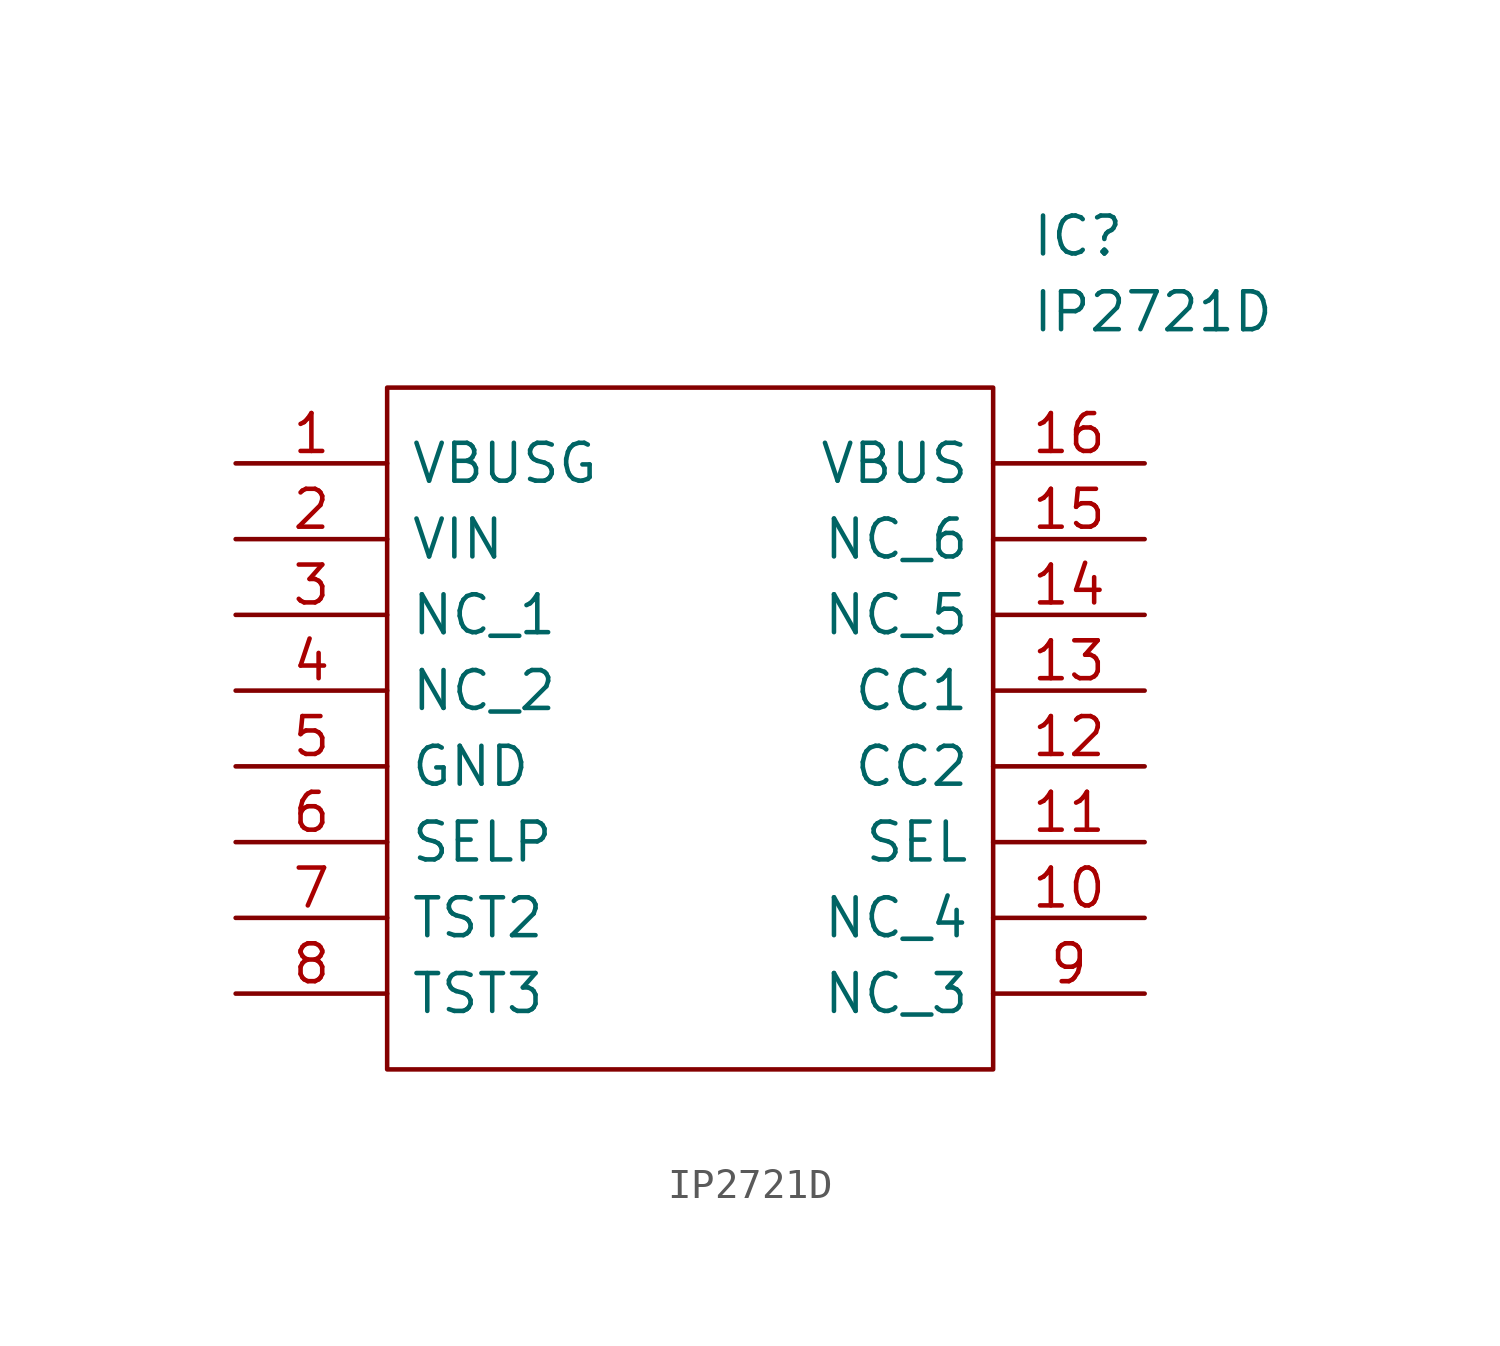
<source format=kicad_sym>
(kicad_symbol_lib
  (version 20211014)
  (generator kicad_symbol_editor)
  (symbol "IP2721D"
    (pin_names
      (offset 0.762))
    (property "Reference" "IC"
      (at 26.67 7.62 0)
      (effects (font (size 1.27 1.27)) (justify left)))
    (property "Value" "IP2721D"
      (at 26.67 5.08 0)
      (effects (font (size 1.27 1.27)) (justify left)))
    (symbol "IP2721D_0_0"
      (pin passive line (at 0 0 0) (length 5.08) (name "VBUSG" (effects (font (size 1.27 1.27)))) (number "1" (effects (font (size 1.27 1.27)))))
      (pin passive line (at 30.48 -15.24 180) (length 5.08) (name "NC_4" (effects (font (size 1.27 1.27)))) (number "10" (effects (font (size 1.27 1.27)))))
      (pin passive line (at 30.48 -12.7 180) (length 5.08) (name "SEL" (effects (font (size 1.27 1.27)))) (number "11" (effects (font (size 1.27 1.27)))))
      (pin passive line (at 30.48 -10.16 180) (length 5.08) (name "CC2" (effects (font (size 1.27 1.27)))) (number "12" (effects (font (size 1.27 1.27)))))
      (pin passive line (at 30.48 -7.62 180) (length 5.08) (name "CC1" (effects (font (size 1.27 1.27)))) (number "13" (effects (font (size 1.27 1.27)))))
      (pin passive line (at 30.48 -5.08 180) (length 5.08) (name "NC_5" (effects (font (size 1.27 1.27)))) (number "14" (effects (font (size 1.27 1.27)))))
      (pin passive line (at 30.48 -2.54 180) (length 5.08) (name "NC_6" (effects (font (size 1.27 1.27)))) (number "15" (effects (font (size 1.27 1.27)))))
      (pin passive line (at 30.48 0 180) (length 5.08) (name "VBUS" (effects (font (size 1.27 1.27)))) (number "16" (effects (font (size 1.27 1.27)))))
      (pin passive line (at 0 -2.54 0) (length 5.08) (name "VIN" (effects (font (size 1.27 1.27)))) (number "2" (effects (font (size 1.27 1.27)))))
      (pin passive line (at 0 -5.08 0) (length 5.08) (name "NC_1" (effects (font (size 1.27 1.27)))) (number "3" (effects (font (size 1.27 1.27)))))
      (pin passive line (at 0 -7.62 0) (length 5.08) (name "NC_2" (effects (font (size 1.27 1.27)))) (number "4" (effects (font (size 1.27 1.27)))))
      (pin passive line (at 0 -10.16 0) (length 5.08) (name "GND" (effects (font (size 1.27 1.27)))) (number "5" (effects (font (size 1.27 1.27)))))
      (pin passive line (at 0 -12.7 0) (length 5.08) (name "SELP" (effects (font (size 1.27 1.27)))) (number "6" (effects (font (size 1.27 1.27)))))
      (pin passive line (at 0 -15.24 0) (length 5.08) (name "TST2" (effects (font (size 1.27 1.27)))) (number "7" (effects (font (size 1.27 1.27)))))
      (pin passive line (at 0 -17.78 0) (length 5.08) (name "TST3" (effects (font (size 1.27 1.27)))) (number "8" (effects (font (size 1.27 1.27)))))
      (pin passive line (at 30.48 -17.78 180) (length 5.08) (name "NC_3" (effects (font (size 1.27 1.27)))) (number "9" (effects (font (size 1.27 1.27))))))
    (symbol "IP2721D_0_1"
      (polyline (pts (xy 5.08 2.54) (xy 25.4 2.54) (xy 25.4 -20.32) (xy 5.08 -20.32) (xy 5.08 2.54)) (stroke (width 0.152) (type default) (color 0 0 0 0)) (fill (type none))))))
</source>
